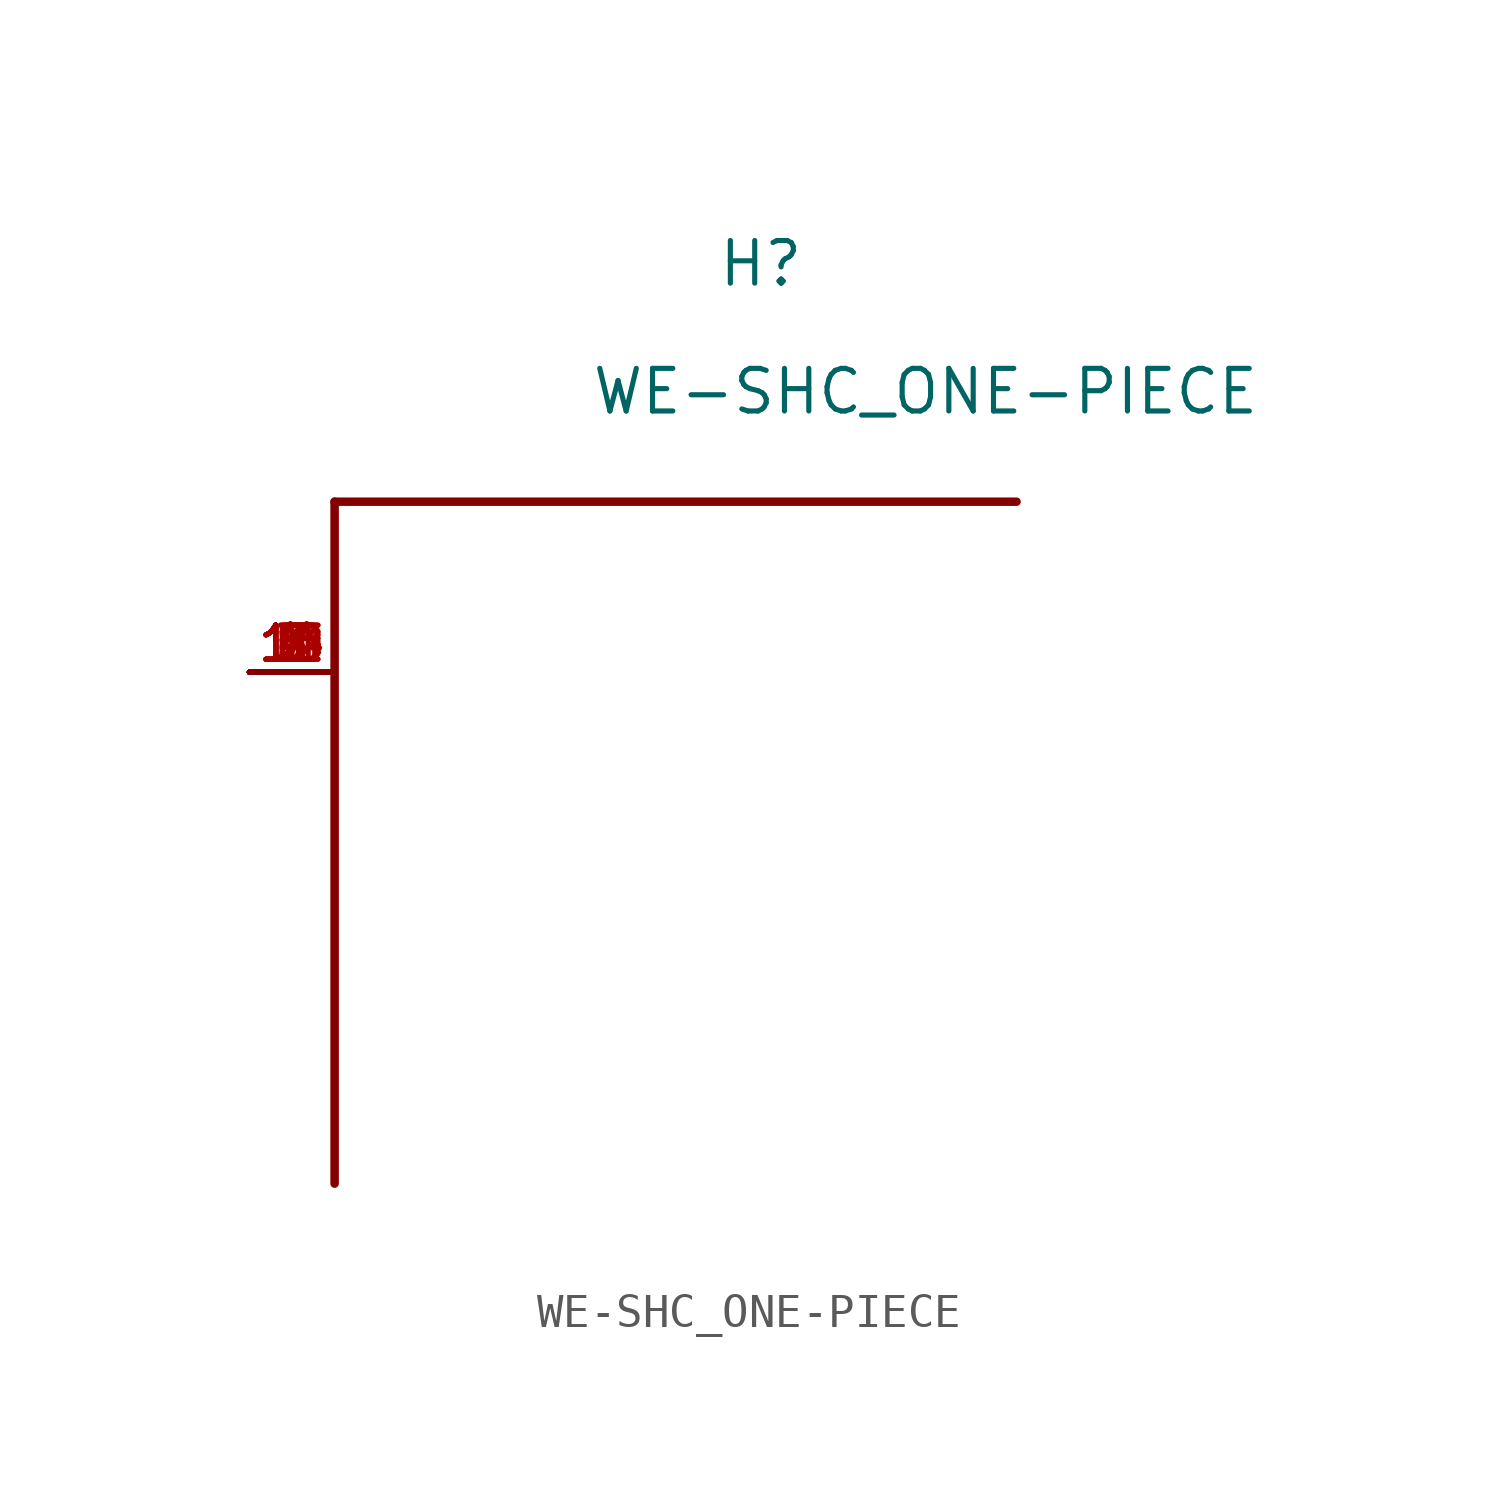
<source format=kicad_sym>
(kicad_symbol_lib
  (version 20211014)
  (generator kicad_symbol_editor)
  (symbol "WE-SHC_ONE-PIECE"
    (pin_names
      (offset 1.016))
    (property "Reference" "H"
      (at 5.08 13.97 0)
      (effects (font (size 1.27 1.27)) (justify bottom)))
    (property "Value" "WE-SHC_ONE-PIECE"
      (at 0.0 10.16 0)
      (effects (font (size 1.27 1.27)) (justify bottom left)))
    (symbol "WE-SHC_ONE-PIECE_0_0"
      (polyline (pts (xy 12.7 7.62) (xy -7.62 7.62)) (stroke (width 0.254)))
      (polyline (pts (xy -7.62 7.62) (xy -7.62 -12.7)) (stroke (width 0.254)))
      (pin power_in line (at -10.16 2.54 0) (length 2.54) (name "~" (effects (font (size 1.016 1.016)))) (number "1" (effects (font (size 1.016 1.016)))))
      (pin power_in line (at -10.16 2.54 0) (length 2.54) (name "~" (effects (font (size 1.016 1.016)))) (number "2" (effects (font (size 1.016 1.016)))))
      (pin power_in line (at -10.16 2.54 0) (length 2.54) (name "~" (effects (font (size 1.016 1.016)))) (number "3" (effects (font (size 1.016 1.016)))))
      (pin power_in line (at -10.16 2.54 0) (length 2.54) (name "~" (effects (font (size 1.016 1.016)))) (number "4" (effects (font (size 1.016 1.016)))))
      (pin power_in line (at -10.16 2.54 0) (length 2.54) (name "~" (effects (font (size 1.016 1.016)))) (number "5" (effects (font (size 1.016 1.016)))))
      (pin power_in line (at -10.16 2.54 0) (length 2.54) (name "~" (effects (font (size 1.016 1.016)))) (number "6" (effects (font (size 1.016 1.016)))))
      (pin power_in line (at -10.16 2.54 0) (length 2.54) (name "~" (effects (font (size 1.016 1.016)))) (number "7" (effects (font (size 1.016 1.016)))))
      (pin power_in line (at -10.16 2.54 0) (length 2.54) (name "~" (effects (font (size 1.016 1.016)))) (number "8" (effects (font (size 1.016 1.016)))))
      (pin power_in line (at -10.16 2.54 0) (length 2.54) (name "~" (effects (font (size 1.016 1.016)))) (number "9" (effects (font (size 1.016 1.016)))))
      (pin power_in line (at -10.16 2.54 0) (length 2.54) (name "~" (effects (font (size 1.016 1.016)))) (number "10" (effects (font (size 1.016 1.016)))))
      (pin power_in line (at -10.16 2.54 0) (length 2.54) (name "~" (effects (font (size 1.016 1.016)))) (number "11" (effects (font (size 1.016 1.016)))))
      (pin power_in line (at -10.16 2.54 0) (length 2.54) (name "~" (effects (font (size 1.016 1.016)))) (number "12" (effects (font (size 1.016 1.016)))))
      (pin power_in line (at -10.16 2.54 0) (length 2.54) (name "~" (effects (font (size 1.016 1.016)))) (number "13" (effects (font (size 1.016 1.016)))))
      (pin power_in line (at -10.16 2.54 0) (length 2.54) (name "~" (effects (font (size 1.016 1.016)))) (number "14" (effects (font (size 1.016 1.016)))))
      (pin power_in line (at -10.16 2.54 0) (length 2.54) (name "~" (effects (font (size 1.016 1.016)))) (number "15" (effects (font (size 1.016 1.016)))))
      (pin power_in line (at -10.16 2.54 0) (length 2.54) (name "~" (effects (font (size 1.016 1.016)))) (number "16" (effects (font (size 1.016 1.016))))))))
</source>
